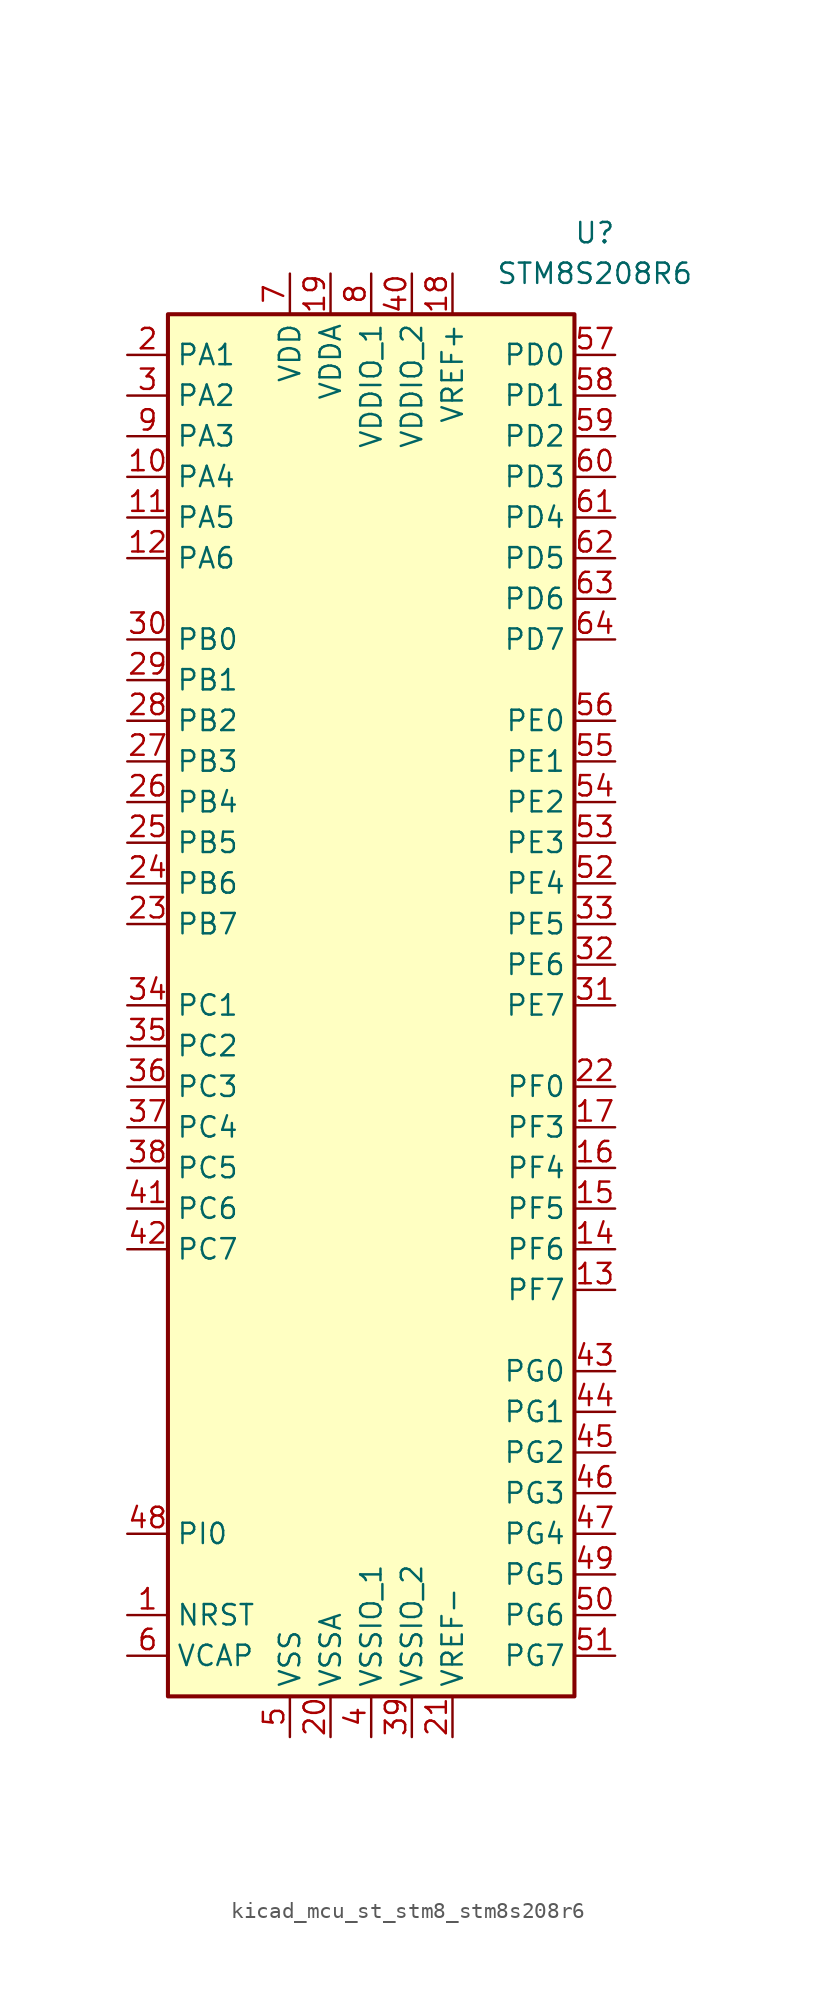
<source format=kicad_sym>
(kicad_symbol_lib
  (version 20220914)
  (generator kicad_symbol_editor)
  (symbol "kicad_mcu_st_stm8_stm8s208r6"
    (property "Reference" "U"
      (at 13.97 48.26 0)
      (effects (font (size 1.27 1.27))))
    (property "Value" "STM8S208R6"
      (at 13.97 45.72 0)
      (effects (font (size 1.27 1.27))))
    (symbol "kicad_mcu_st_stm8_stm8s208r6_0_1"
      (rectangle (start 12.7 43.18) (end -12.7 -43.18) (stroke (width 0.254) (type default)) (fill (type background))))
    (symbol "kicad_mcu_st_stm8_stm8s208r6_1_1"
      (pin input line (at -15.24 -38.1 0) (length 2.54) (name "NRST" (effects (font (size 1.27 1.27)))) (number "1" (effects (font (size 1.27 1.27)))))
      (pin bidirectional line (at -15.24 33.02 0) (length 2.54) (name "PA4" (effects (font (size 1.27 1.27)))) (number "10" (effects (font (size 1.27 1.27)))))
      (pin bidirectional line (at -15.24 30.48 0) (length 2.54) (name "PA5" (effects (font (size 1.27 1.27)))) (number "11" (effects (font (size 1.27 1.27)))))
      (pin bidirectional line (at -15.24 27.94 0) (length 2.54) (name "PA6" (effects (font (size 1.27 1.27)))) (number "12" (effects (font (size 1.27 1.27)))))
      (pin bidirectional line (at 15.24 -17.78 180) (length 2.54) (name "PF7" (effects (font (size 1.27 1.27)))) (number "13" (effects (font (size 1.27 1.27)))))
      (pin bidirectional line (at 15.24 -15.24 180) (length 2.54) (name "PF6" (effects (font (size 1.27 1.27)))) (number "14" (effects (font (size 1.27 1.27)))))
      (pin bidirectional line (at 15.24 -12.7 180) (length 2.54) (name "PF5" (effects (font (size 1.27 1.27)))) (number "15" (effects (font (size 1.27 1.27)))))
      (pin bidirectional line (at 15.24 -10.16 180) (length 2.54) (name "PF4" (effects (font (size 1.27 1.27)))) (number "16" (effects (font (size 1.27 1.27)))))
      (pin bidirectional line (at 15.24 -7.62 180) (length 2.54) (name "PF3" (effects (font (size 1.27 1.27)))) (number "17" (effects (font (size 1.27 1.27)))))
      (pin power_in line (at 5.08 45.72 270) (length 2.54) (name "VREF+" (effects (font (size 1.27 1.27)))) (number "18" (effects (font (size 1.27 1.27)))))
      (pin power_in line (at -2.54 45.72 270) (length 2.54) (name "VDDA" (effects (font (size 1.27 1.27)))) (number "19" (effects (font (size 1.27 1.27)))))
      (pin bidirectional line (at -15.24 40.64 0) (length 2.54) (name "PA1" (effects (font (size 1.27 1.27)))) (number "2" (effects (font (size 1.27 1.27)))))
      (pin power_in line (at -2.54 -45.72 90) (length 2.54) (name "VSSA" (effects (font (size 1.27 1.27)))) (number "20" (effects (font (size 1.27 1.27)))))
      (pin power_in line (at 5.08 -45.72 90) (length 2.54) (name "VREF-" (effects (font (size 1.27 1.27)))) (number "21" (effects (font (size 1.27 1.27)))))
      (pin bidirectional line (at 15.24 -5.08 180) (length 2.54) (name "PF0" (effects (font (size 1.27 1.27)))) (number "22" (effects (font (size 1.27 1.27)))))
      (pin bidirectional line (at -15.24 5.08 0) (length 2.54) (name "PB7" (effects (font (size 1.27 1.27)))) (number "23" (effects (font (size 1.27 1.27)))))
      (pin bidirectional line (at -15.24 7.62 0) (length 2.54) (name "PB6" (effects (font (size 1.27 1.27)))) (number "24" (effects (font (size 1.27 1.27)))))
      (pin bidirectional line (at -15.24 10.16 0) (length 2.54) (name "PB5" (effects (font (size 1.27 1.27)))) (number "25" (effects (font (size 1.27 1.27)))))
      (pin bidirectional line (at -15.24 12.7 0) (length 2.54) (name "PB4" (effects (font (size 1.27 1.27)))) (number "26" (effects (font (size 1.27 1.27)))))
      (pin bidirectional line (at -15.24 15.24 0) (length 2.54) (name "PB3" (effects (font (size 1.27 1.27)))) (number "27" (effects (font (size 1.27 1.27)))))
      (pin bidirectional line (at -15.24 17.78 0) (length 2.54) (name "PB2" (effects (font (size 1.27 1.27)))) (number "28" (effects (font (size 1.27 1.27)))))
      (pin bidirectional line (at -15.24 20.32 0) (length 2.54) (name "PB1" (effects (font (size 1.27 1.27)))) (number "29" (effects (font (size 1.27 1.27)))))
      (pin bidirectional line (at -15.24 38.1 0) (length 2.54) (name "PA2" (effects (font (size 1.27 1.27)))) (number "3" (effects (font (size 1.27 1.27)))))
      (pin bidirectional line (at -15.24 22.86 0) (length 2.54) (name "PB0" (effects (font (size 1.27 1.27)))) (number "30" (effects (font (size 1.27 1.27)))))
      (pin bidirectional line (at 15.24 0 180) (length 2.54) (name "PE7" (effects (font (size 1.27 1.27)))) (number "31" (effects (font (size 1.27 1.27)))))
      (pin bidirectional line (at 15.24 2.54 180) (length 2.54) (name "PE6" (effects (font (size 1.27 1.27)))) (number "32" (effects (font (size 1.27 1.27)))))
      (pin bidirectional line (at 15.24 5.08 180) (length 2.54) (name "PE5" (effects (font (size 1.27 1.27)))) (number "33" (effects (font (size 1.27 1.27)))))
      (pin bidirectional line (at -15.24 0 0) (length 2.54) (name "PC1" (effects (font (size 1.27 1.27)))) (number "34" (effects (font (size 1.27 1.27)))))
      (pin bidirectional line (at -15.24 -2.54 0) (length 2.54) (name "PC2" (effects (font (size 1.27 1.27)))) (number "35" (effects (font (size 1.27 1.27)))))
      (pin bidirectional line (at -15.24 -5.08 0) (length 2.54) (name "PC3" (effects (font (size 1.27 1.27)))) (number "36" (effects (font (size 1.27 1.27)))))
      (pin bidirectional line (at -15.24 -7.62 0) (length 2.54) (name "PC4" (effects (font (size 1.27 1.27)))) (number "37" (effects (font (size 1.27 1.27)))))
      (pin bidirectional line (at -15.24 -10.16 0) (length 2.54) (name "PC5" (effects (font (size 1.27 1.27)))) (number "38" (effects (font (size 1.27 1.27)))))
      (pin power_in line (at 2.54 -45.72 90) (length 2.54) (name "VSSIO_2" (effects (font (size 1.27 1.27)))) (number "39" (effects (font (size 1.27 1.27)))))
      (pin power_in line (at 0 -45.72 90) (length 2.54) (name "VSSIO_1" (effects (font (size 1.27 1.27)))) (number "4" (effects (font (size 1.27 1.27)))))
      (pin power_in line (at 2.54 45.72 270) (length 2.54) (name "VDDIO_2" (effects (font (size 1.27 1.27)))) (number "40" (effects (font (size 1.27 1.27)))))
      (pin bidirectional line (at -15.24 -12.7 0) (length 2.54) (name "PC6" (effects (font (size 1.27 1.27)))) (number "41" (effects (font (size 1.27 1.27)))))
      (pin bidirectional line (at -15.24 -15.24 0) (length 2.54) (name "PC7" (effects (font (size 1.27 1.27)))) (number "42" (effects (font (size 1.27 1.27)))))
      (pin bidirectional line (at 15.24 -22.86 180) (length 2.54) (name "PG0" (effects (font (size 1.27 1.27)))) (number "43" (effects (font (size 1.27 1.27)))))
      (pin bidirectional line (at 15.24 -25.4 180) (length 2.54) (name "PG1" (effects (font (size 1.27 1.27)))) (number "44" (effects (font (size 1.27 1.27)))))
      (pin bidirectional line (at 15.24 -27.94 180) (length 2.54) (name "PG2" (effects (font (size 1.27 1.27)))) (number "45" (effects (font (size 1.27 1.27)))))
      (pin bidirectional line (at 15.24 -30.48 180) (length 2.54) (name "PG3" (effects (font (size 1.27 1.27)))) (number "46" (effects (font (size 1.27 1.27)))))
      (pin bidirectional line (at 15.24 -33.02 180) (length 2.54) (name "PG4" (effects (font (size 1.27 1.27)))) (number "47" (effects (font (size 1.27 1.27)))))
      (pin bidirectional line (at -15.24 -33.02 0) (length 2.54) (name "PI0" (effects (font (size 1.27 1.27)))) (number "48" (effects (font (size 1.27 1.27)))))
      (pin bidirectional line (at 15.24 -35.56 180) (length 2.54) (name "PG5" (effects (font (size 1.27 1.27)))) (number "49" (effects (font (size 1.27 1.27)))))
      (pin power_in line (at -5.08 -45.72 90) (length 2.54) (name "VSS" (effects (font (size 1.27 1.27)))) (number "5" (effects (font (size 1.27 1.27)))))
      (pin bidirectional line (at 15.24 -38.1 180) (length 2.54) (name "PG6" (effects (font (size 1.27 1.27)))) (number "50" (effects (font (size 1.27 1.27)))))
      (pin bidirectional line (at 15.24 -40.64 180) (length 2.54) (name "PG7" (effects (font (size 1.27 1.27)))) (number "51" (effects (font (size 1.27 1.27)))))
      (pin bidirectional line (at 15.24 7.62 180) (length 2.54) (name "PE4" (effects (font (size 1.27 1.27)))) (number "52" (effects (font (size 1.27 1.27)))))
      (pin bidirectional line (at 15.24 10.16 180) (length 2.54) (name "PE3" (effects (font (size 1.27 1.27)))) (number "53" (effects (font (size 1.27 1.27)))))
      (pin bidirectional line (at 15.24 12.7 180) (length 2.54) (name "PE2" (effects (font (size 1.27 1.27)))) (number "54" (effects (font (size 1.27 1.27)))))
      (pin bidirectional line (at 15.24 15.24 180) (length 2.54) (name "PE1" (effects (font (size 1.27 1.27)))) (number "55" (effects (font (size 1.27 1.27)))))
      (pin bidirectional line (at 15.24 17.78 180) (length 2.54) (name "PE0" (effects (font (size 1.27 1.27)))) (number "56" (effects (font (size 1.27 1.27)))))
      (pin bidirectional line (at 15.24 40.64 180) (length 2.54) (name "PD0" (effects (font (size 1.27 1.27)))) (number "57" (effects (font (size 1.27 1.27)))))
      (pin bidirectional line (at 15.24 38.1 180) (length 2.54) (name "PD1" (effects (font (size 1.27 1.27)))) (number "58" (effects (font (size 1.27 1.27)))))
      (pin bidirectional line (at 15.24 35.56 180) (length 2.54) (name "PD2" (effects (font (size 1.27 1.27)))) (number "59" (effects (font (size 1.27 1.27)))))
      (pin input line (at -15.24 -40.64 0) (length 2.54) (name "VCAP" (effects (font (size 1.27 1.27)))) (number "6" (effects (font (size 1.27 1.27)))))
      (pin bidirectional line (at 15.24 33.02 180) (length 2.54) (name "PD3" (effects (font (size 1.27 1.27)))) (number "60" (effects (font (size 1.27 1.27)))))
      (pin bidirectional line (at 15.24 30.48 180) (length 2.54) (name "PD4" (effects (font (size 1.27 1.27)))) (number "61" (effects (font (size 1.27 1.27)))))
      (pin bidirectional line (at 15.24 27.94 180) (length 2.54) (name "PD5" (effects (font (size 1.27 1.27)))) (number "62" (effects (font (size 1.27 1.27)))))
      (pin bidirectional line (at 15.24 25.4 180) (length 2.54) (name "PD6" (effects (font (size 1.27 1.27)))) (number "63" (effects (font (size 1.27 1.27)))))
      (pin bidirectional line (at 15.24 22.86 180) (length 2.54) (name "PD7" (effects (font (size 1.27 1.27)))) (number "64" (effects (font (size 1.27 1.27)))))
      (pin power_in line (at -5.08 45.72 270) (length 2.54) (name "VDD" (effects (font (size 1.27 1.27)))) (number "7" (effects (font (size 1.27 1.27)))))
      (pin power_in line (at 0 45.72 270) (length 2.54) (name "VDDIO_1" (effects (font (size 1.27 1.27)))) (number "8" (effects (font (size 1.27 1.27)))))
      (pin bidirectional line (at -15.24 35.56 0) (length 2.54) (name "PA3" (effects (font (size 1.27 1.27)))) (number "9" (effects (font (size 1.27 1.27))))))))
</source>
